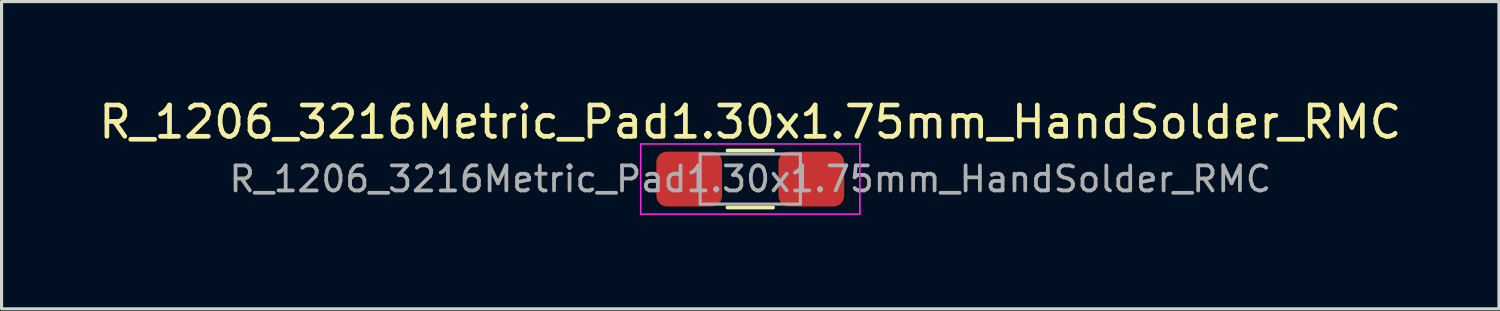
<source format=kicad_pcb>
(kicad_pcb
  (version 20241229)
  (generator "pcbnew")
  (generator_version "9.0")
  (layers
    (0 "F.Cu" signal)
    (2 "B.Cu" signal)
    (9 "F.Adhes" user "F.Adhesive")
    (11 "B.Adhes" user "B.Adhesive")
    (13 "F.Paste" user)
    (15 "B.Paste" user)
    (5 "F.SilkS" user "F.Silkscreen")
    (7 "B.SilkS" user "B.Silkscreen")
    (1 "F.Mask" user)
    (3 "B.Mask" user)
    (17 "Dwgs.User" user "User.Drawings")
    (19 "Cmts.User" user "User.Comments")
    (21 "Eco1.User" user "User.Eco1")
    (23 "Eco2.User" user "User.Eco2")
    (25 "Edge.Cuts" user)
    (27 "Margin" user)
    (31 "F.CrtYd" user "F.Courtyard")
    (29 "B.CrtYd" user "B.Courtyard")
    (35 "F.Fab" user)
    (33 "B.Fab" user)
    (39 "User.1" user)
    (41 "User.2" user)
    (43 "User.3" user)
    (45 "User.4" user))
  (footprint "R_1206_3216Metric_Pad1.30x1.75mm_HandSolder_RMC"
    (layer "F.Cu")
    (at 20.911 2.668)
    (property "Reference" "R_1206_3216Metric_Pad1.30x1.75mm_HandSolder_RMC" (at 0 -1.82 0) (layer "F.SilkS") (effects (font (size 1 1) (thickness 0.15))))
    (attr smd)
    (fp_line (start -0.727 -0.91) (end 0.727 -0.91) (stroke (width 0.12) (type solid)) (layer "F.SilkS"))
    (fp_line (start -0.727 0.91) (end 0.727 0.91) (stroke (width 0.12) (type solid)) (layer "F.SilkS"))
    (fp_line (start -3.5 -1.12) (end 3.5 -1.12) (stroke (width 0.05) (type solid)) (layer "F.CrtYd"))
    (fp_line (start -3.5 1.12) (end -3.5 -1.12) (stroke (width 0.05) (type solid)) (layer "F.CrtYd"))
    (fp_line (start 3.5 -1.12) (end 3.5 1.12) (stroke (width 0.05) (type solid)) (layer "F.CrtYd"))
    (fp_line (start 3.5 1.12) (end -3.5 1.12) (stroke (width 0.05) (type solid)) (layer "F.CrtYd"))
    (fp_line (start -1.6 -0.8) (end 1.6 -0.8) (stroke (width 0.1) (type solid)) (layer "F.Fab"))
    (fp_line (start -1.6 0.8) (end -1.6 -0.8) (stroke (width 0.1) (type solid)) (layer "F.Fab"))
    (fp_line (start 1.6 -0.8) (end 1.6 0.8) (stroke (width 0.1) (type solid)) (layer "F.Fab"))
    (fp_line (start 1.6 0.8) (end -1.6 0.8) (stroke (width 0.1) (type solid)) (layer "F.Fab"))
    (fp_text user "${REFERENCE}" (at 0 0 0) (layer "F.Fab") (effects (font (size 0.8 0.8) (thickness 0.12))))
    (pad "1" smd roundrect (at -1.95 0) (size 2.1 1.75) (layers "F.Cu" "F.Mask" "F.Paste") (roundrect_rratio 0.192))
    (pad "2" smd roundrect (at 1.95 0) (size 2.1 1.75) (layers "F.Cu" "F.Mask" "F.Paste") (roundrect_rratio 0.192)))
  (gr_rect
    (start -3 -3)
    (end 44.821 6.813)
    (stroke (width 0.1) (type default))
    (fill no)
    (layer "Edge.Cuts")))
</source>
